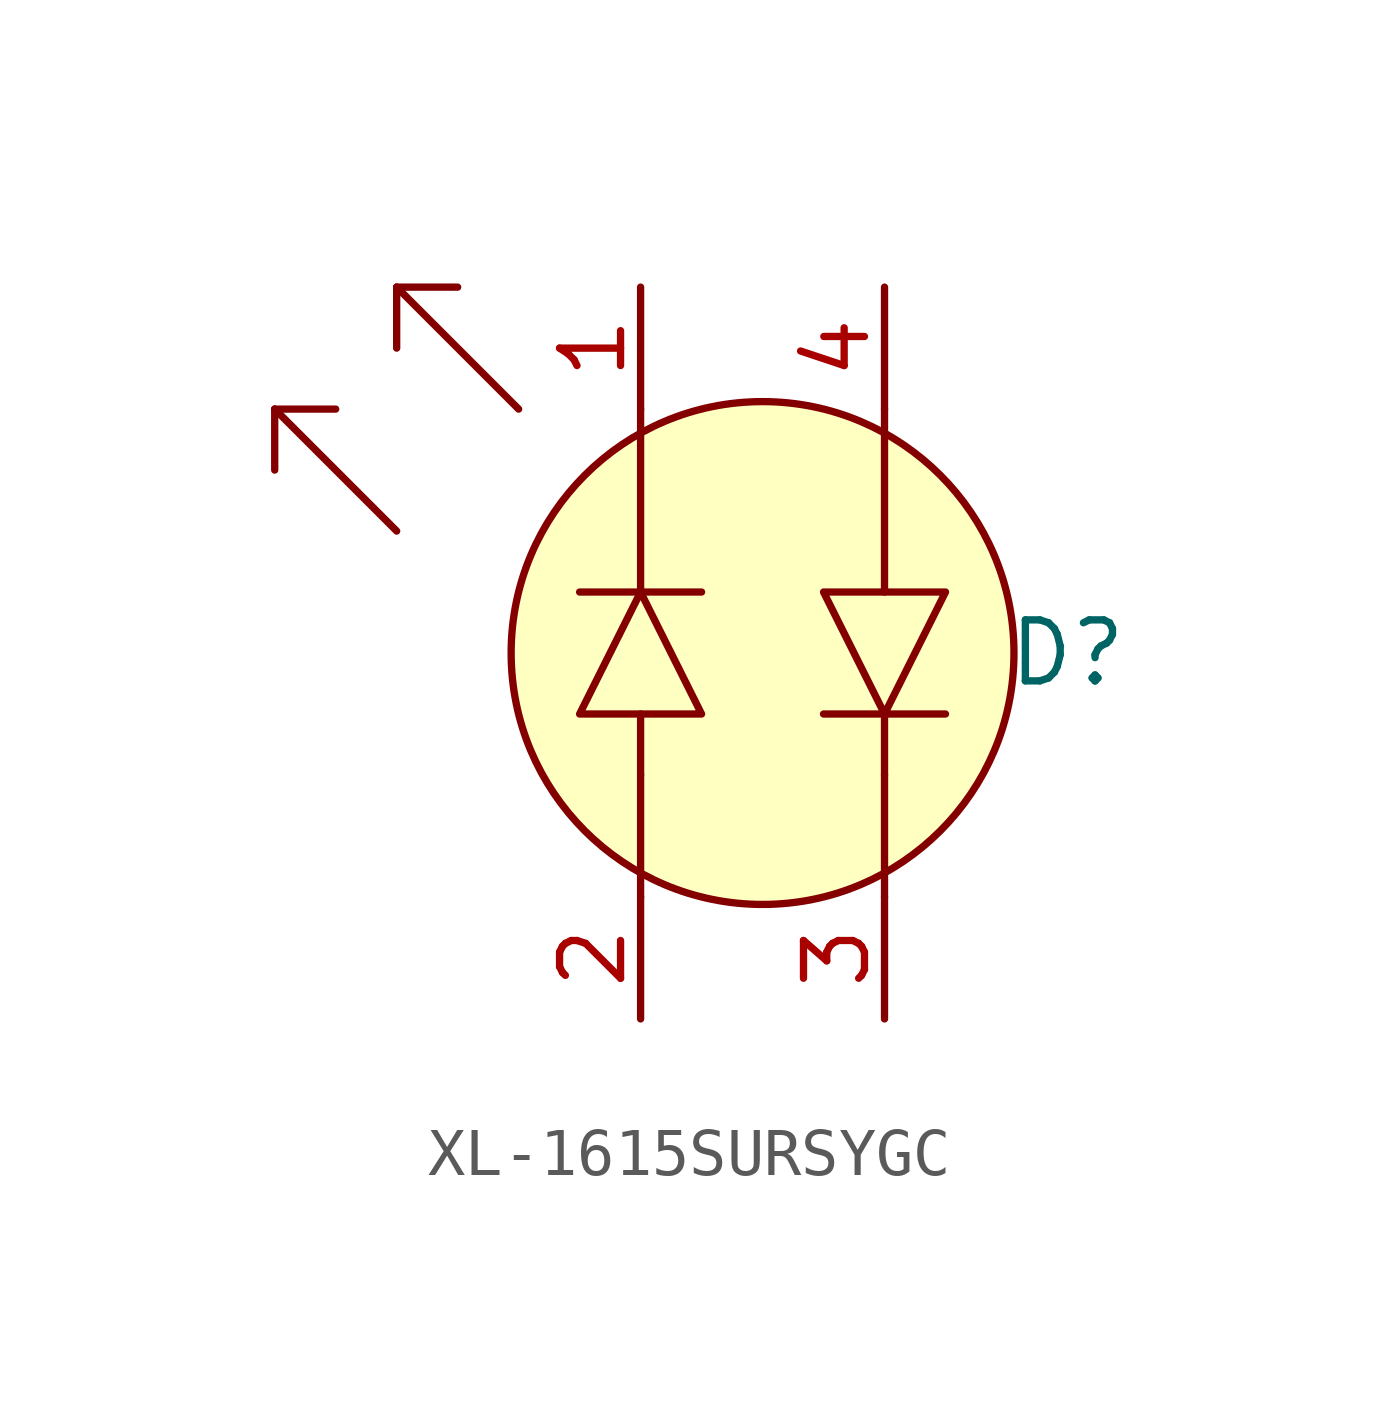
<source format=kicad_sym>
(kicad_symbol_lib
  (version 20220914)
  (generator kicad_symbol_editor)
  (symbol "XL-1615SURSYGC"
    (property "Reference" "D"
      (at 6.35 0 0)
      (effects (font (size 1.27 1.27))))
    (property "Value" ""
      (at 0 6.35 0)
      (effects (font (size 1.27 1.27))))
    (symbol "XL-1615SURSYGC_1_1"
      (polyline (pts (xy -10.16 5.08) (xy -8.89 5.08)) (stroke (width 0) (type default)) (fill (type none)))
      (polyline (pts (xy -7.62 2.54) (xy -10.16 5.08)) (stroke (width 0) (type default)) (fill (type none)))
      (polyline (pts (xy -7.62 7.62) (xy -6.35 7.62)) (stroke (width 0) (type default)) (fill (type none)))
      (polyline (pts (xy -5.08 5.08) (xy -7.62 7.62)) (stroke (width 0) (type default)) (fill (type none)))
      (polyline (pts (xy -3.81 1.27) (xy -1.27 1.27)) (stroke (width 0) (type default)) (fill (type none)))
      (polyline (pts (xy -2.54 -2.54) (xy -2.54 -5.08)) (stroke (width 0) (type default)) (fill (type none)))
      (polyline (pts (xy -2.54 -1.27) (xy -2.54 -2.54)) (stroke (width 0) (type default)) (fill (type none)))
      (polyline (pts (xy -2.54 1.27) (xy -2.54 5.08)) (stroke (width 0) (type default)) (fill (type none)))
      (polyline (pts (xy 2.54 -1.27) (xy 2.54 -2.54)) (stroke (width 0) (type default)) (fill (type none)))
      (polyline (pts (xy 2.54 1.27) (xy 2.54 5.08)) (stroke (width 0) (type default)) (fill (type none)))
      (polyline (pts (xy 3.81 -1.27) (xy 1.27 -1.27)) (stroke (width 0) (type default)) (fill (type none)))
      (polyline (pts (xy -10.16 5.08) (xy -10.16 3.81) (xy -10.16 5.08)) (stroke (width 0) (type default)) (fill (type none)))
      (polyline (pts (xy -7.62 7.62) (xy -7.62 6.35) (xy -7.62 7.62)) (stroke (width 0) (type default)) (fill (type none)))
      (polyline (pts (xy 2.54 -2.54) (xy 2.54 -5.08) (xy 2.54 -3.81)) (stroke (width 0) (type default)) (fill (type none)))
      (polyline (pts (xy -3.81 -1.27) (xy -1.27 -1.27) (xy -2.54 1.27) (xy -3.81 -1.27)) (stroke (width 0) (type default)) (fill (type none)))
      (polyline (pts (xy 3.81 1.27) (xy 1.27 1.27) (xy 2.54 -1.27) (xy 3.81 1.27)) (stroke (width 0) (type default)) (fill (type none)))
      (circle (center 0 0) (radius 5.236) (stroke (width 0) (type default)) (fill (type background)))
      (pin input line (at -2.54 7.62 270) (length 2.54) (name "" (effects (font (size 1.27 1.27)))) (number "1" (effects (font (size 1.27 1.27)))))
      (pin input line (at -2.54 -7.62 90) (length 2.54) (name "" (effects (font (size 1.27 1.27)))) (number "2" (effects (font (size 1.27 1.27)))))
      (pin input line (at 2.54 -7.62 90) (length 2.54) (name "" (effects (font (size 1.27 1.27)))) (number "3" (effects (font (size 1.27 1.27)))))
      (pin input line (at 2.54 7.62 270) (length 2.54) (name "" (effects (font (size 1.27 1.27)))) (number "4" (effects (font (size 1.27 1.27))))))))
</source>
